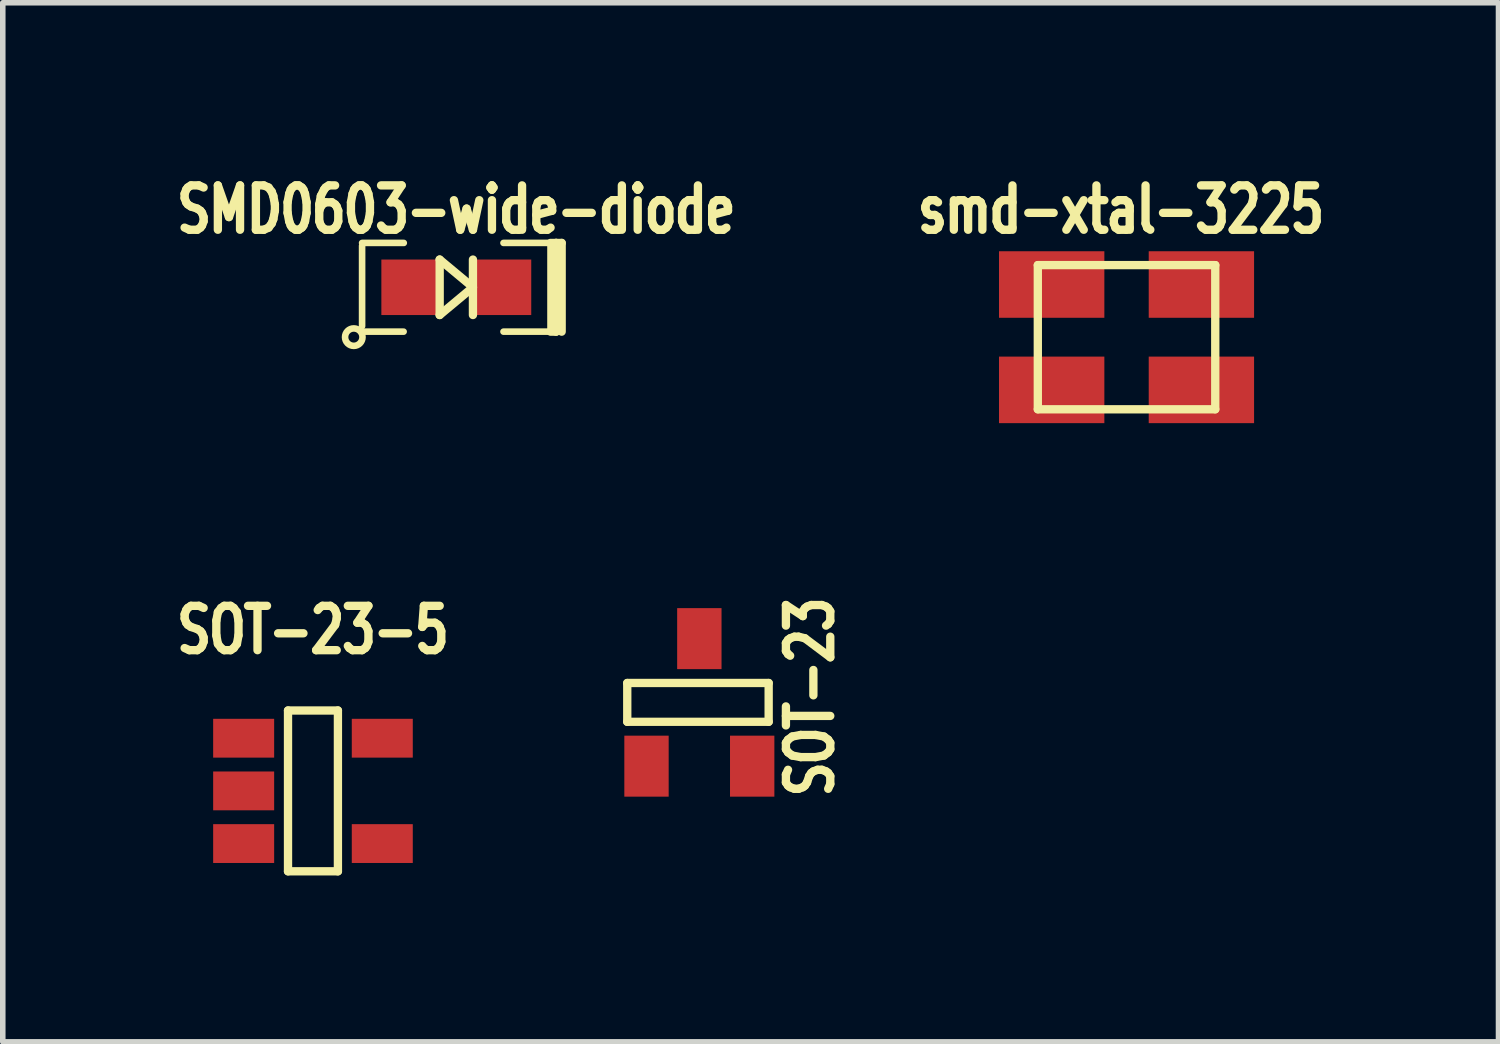
<source format=kicad_pcb>
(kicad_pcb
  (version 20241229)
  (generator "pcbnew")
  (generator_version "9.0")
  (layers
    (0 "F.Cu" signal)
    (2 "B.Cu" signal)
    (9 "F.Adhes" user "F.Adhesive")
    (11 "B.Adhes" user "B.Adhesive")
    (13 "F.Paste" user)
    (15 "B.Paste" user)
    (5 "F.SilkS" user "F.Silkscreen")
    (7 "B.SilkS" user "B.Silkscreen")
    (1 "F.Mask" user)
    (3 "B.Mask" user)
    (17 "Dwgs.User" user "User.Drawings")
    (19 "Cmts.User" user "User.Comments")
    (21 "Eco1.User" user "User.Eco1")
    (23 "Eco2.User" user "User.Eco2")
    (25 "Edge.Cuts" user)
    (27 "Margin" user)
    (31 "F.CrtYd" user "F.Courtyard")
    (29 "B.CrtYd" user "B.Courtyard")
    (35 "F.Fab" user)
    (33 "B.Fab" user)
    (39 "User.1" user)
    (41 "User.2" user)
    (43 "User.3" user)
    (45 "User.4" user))
  (footprint "SOT-23"
    (placed yes)
    (layer "F.Cu")
    (at 9.562 9.617)
    (property "Reference" "SOT-23" (at 1.999 -0.099 90) (layer "F.SilkS") (effects (font (size 0.8 0.6) (thickness 0.15))))
    (attr through_hole)
    (fp_line (start -1.3 -0.35) (end -1.3 0.35) (stroke (width 0.15) (type solid)) (layer "F.SilkS"))
    (fp_line (start -1.3 -0.35) (end 1.25 -0.35) (stroke (width 0.15) (type solid)) (layer "F.SilkS"))
    (fp_line (start -1.3 0.35) (end 1.25 0.35) (stroke (width 0.15) (type solid)) (layer "F.SilkS"))
    (fp_line (start 1.25 -0.35) (end 1.25 0.35) (stroke (width 0.15) (type solid)) (layer "F.SilkS"))
    (pad "1" smd rect (at -0.953 1.15) (size 0.8 1.1) (layers "F.Cu" "F.Mask" "F.Paste"))
    (pad "2" smd rect (at 0.953 1.15) (size 0.8 1.1) (layers "F.Cu" "F.Mask" "F.Paste"))
    (pad "3" smd rect (at 0 -1.15) (size 0.8 1.1) (layers "F.Cu" "F.Mask" "F.Paste")))
  (footprint "smd-xtal-3225"
    (layer "F.Cu")
    (at 17.266 3.031)
    (property "Reference" "smd-xtal-3225" (at -0.1 -2.3 0) (layer "F.SilkS") (effects (font (size 0.8 0.6) (thickness 0.15))))
    (attr through_hole)
    (fp_line (start -1.6 -1.3) (end 1.6 -1.3) (stroke (width 0.15) (type solid)) (layer "F.SilkS"))
    (fp_line (start -1.6 1.3) (end -1.6 -1.3) (stroke (width 0.15) (type solid)) (layer "F.SilkS"))
    (fp_line (start 1.6 -1.3) (end 1.6 1.3) (stroke (width 0.15) (type solid)) (layer "F.SilkS"))
    (fp_line (start 1.6 1.3) (end -1.6 1.3) (stroke (width 0.15) (type solid)) (layer "F.SilkS"))
    (pad "1" smd rect (at -1.35 0.95) (size 1.9 1.2) (layers "F.Cu" "F.Mask" "F.Paste"))
    (pad "2" smd rect (at 1.35 -0.95) (size 1.9 1.2) (layers "F.Cu" "F.Mask" "F.Paste"))
    (pad "3" smd rect (at -1.35 -0.95) (size 1.9 1.2) (layers "F.Cu" "F.Mask" "F.Paste"))
    (pad "3" smd rect (at 1.35 0.95) (size 1.9 1.2) (layers "F.Cu" "F.Mask" "F.Paste")))
  (footprint "SMD0603-wide-diode"
    (layer "F.Cu")
    (at 5.179 2.131)
    (property "Reference" "SMD0603-wide-diode" (at 0 -1.4 0) (layer "F.SilkS") (effects (font (size 0.8 0.6) (thickness 0.15))))
    (attr smd)
    (fp_line (start -1.702 0.8) (end -0.95 0.8) (stroke (width 0.119) (type solid)) (layer "F.SilkS"))
    (fp_line (start -1.699 -0.749) (end -1.699 0.701) (stroke (width 0.119) (type solid)) (layer "F.SilkS"))
    (fp_line (start -0.947 -0.8) (end -1.699 -0.8) (stroke (width 0.119) (type solid)) (layer "F.SilkS"))
    (fp_line (start -0.3 -0.5) (end -0.3 0.5) (stroke (width 0.15) (type solid)) (layer "F.SilkS"))
    (fp_line (start -0.3 0.5) (end 0.3 0) (stroke (width 0.15) (type solid)) (layer "F.SilkS"))
    (fp_line (start 0.3 -0.5) (end 0.3 0.5) (stroke (width 0.15) (type solid)) (layer "F.SilkS"))
    (fp_line (start 0.3 0) (end -0.3 -0.5) (stroke (width 0.15) (type solid)) (layer "F.SilkS"))
    (fp_line (start 0.851 -0.8) (end 1.651 -0.8) (stroke (width 0.119) (type solid)) (layer "F.SilkS"))
    (fp_line (start 1.651 0.8) (end 0.851 0.8) (stroke (width 0.119) (type solid)) (layer "F.SilkS"))
    (fp_line (start 1.699 -0.8) (end 1.699 0.8) (stroke (width 0.119) (type solid)) (layer "F.SilkS"))
    (fp_line (start 1.7 -0.8) (end 1.8 -0.8) (stroke (width 0.15) (type solid)) (layer "F.SilkS"))
    (fp_line (start 1.8 -0.8) (end 1.8 0.8) (stroke (width 0.15) (type solid)) (layer "F.SilkS"))
    (fp_line (start 1.8 -0.8) (end 1.9 -0.8) (stroke (width 0.15) (type solid)) (layer "F.SilkS"))
    (fp_line (start 1.8 0.8) (end 1.7 0.8) (stroke (width 0.15) (type solid)) (layer "F.SilkS"))
    (fp_line (start 1.9 -0.8) (end 1.9 0.8) (stroke (width 0.15) (type solid)) (layer "F.SilkS"))
    (fp_circle (center -1.849 0.899) (end -1.699 0.851) (stroke (width 0.119) (type solid)) (fill no) (layer "F.SilkS"))
    (pad "1" smd rect (at -0.851 0) (size 1.001 1.001) (layers "F.Cu" "F.Mask" "F.Paste"))
    (pad "2" smd rect (at 0.851 0) (size 1.001 1.001) (layers "F.Cu" "F.Mask" "F.Paste")))
  (footprint "SOT-23-5"
    (layer "F.Cu")
    (at 2.594 11.213)
    (property "Reference" "SOT-23-5" (at 0 -2.9 0) (layer "F.SilkS") (effects (font (size 0.8 0.6) (thickness 0.15))))
    (attr smd)
    (fp_line (start -0.45 -1.45) (end -0.45 1.45) (stroke (width 0.15) (type solid)) (layer "F.SilkS"))
    (fp_line (start -0.45 -1.45) (end 0.45 -1.45) (stroke (width 0.15) (type solid)) (layer "F.SilkS"))
    (fp_line (start -0.45 1.45) (end 0.45 1.45) (stroke (width 0.15) (type solid)) (layer "F.SilkS"))
    (fp_line (start 0.45 1.45) (end 0.45 -1.45) (stroke (width 0.15) (type solid)) (layer "F.SilkS"))
    (pad "1" smd rect (at -1.25 -0.95) (size 1.1 0.7) (layers "F.Cu" "F.Mask" "F.Paste"))
    (pad "2" smd rect (at -1.25 0) (size 1.1 0.7) (layers "F.Cu" "F.Mask" "F.Paste"))
    (pad "3" smd rect (at -1.25 0.95) (size 1.1 0.7) (layers "F.Cu" "F.Mask" "F.Paste"))
    (pad "4" smd rect (at 1.25 0.95) (size 1.1 0.7) (layers "F.Cu" "F.Mask" "F.Paste"))
    (pad "5" smd rect (at 1.25 -0.95) (size 1.1 0.7) (layers "F.Cu" "F.Mask" "F.Paste")))
  (gr_rect
    (start -3 -3)
    (end 23.974 15.738)
    (stroke (width 0.1) (type default))
    (fill no)
    (layer "Edge.Cuts")))
</source>
